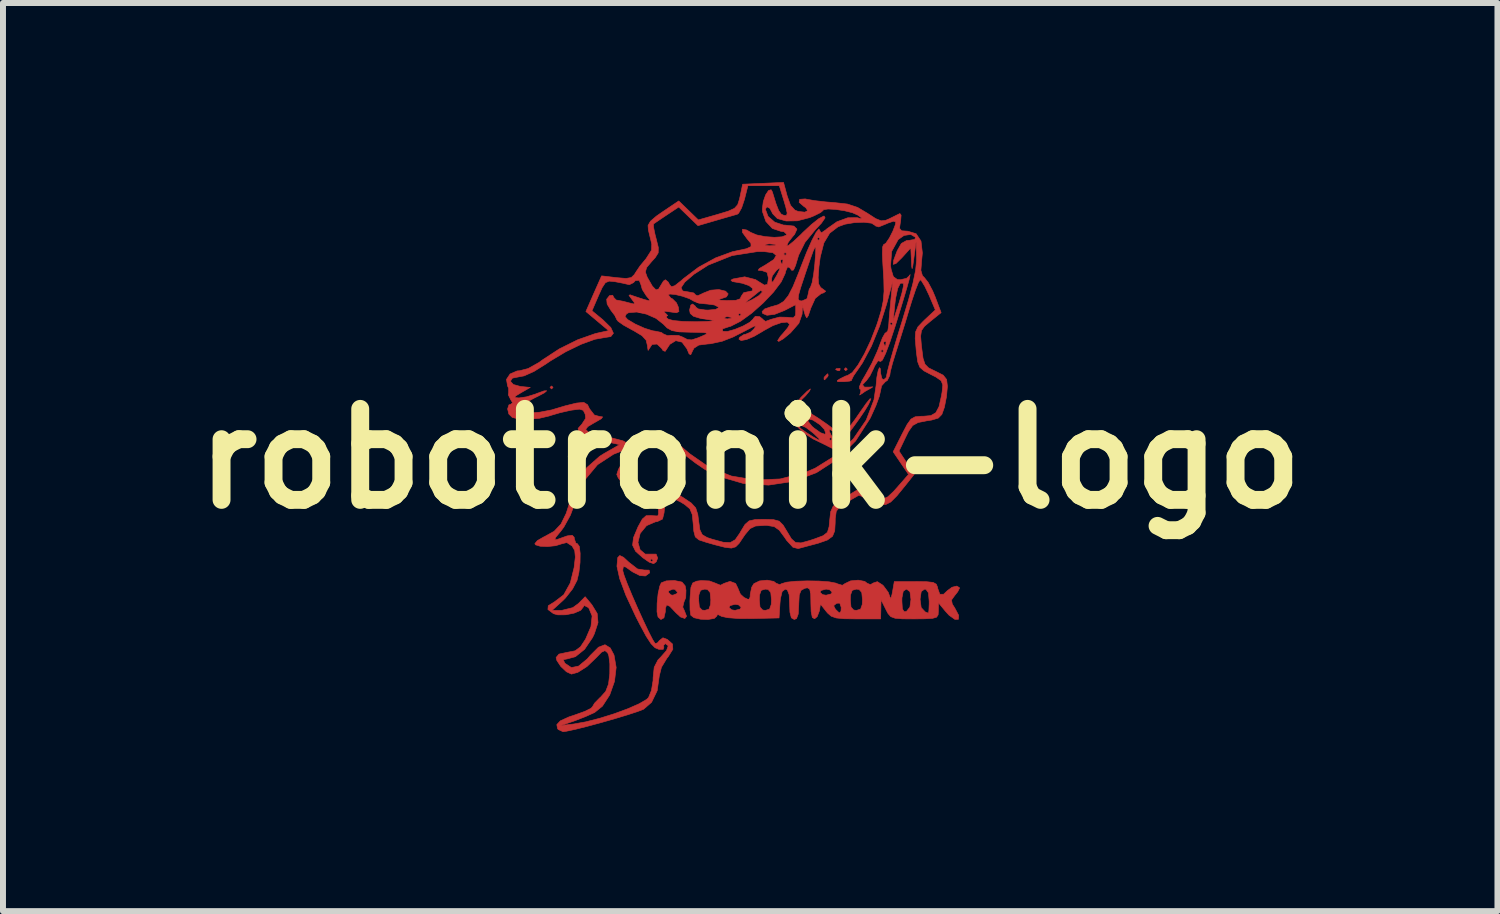
<source format=kicad_pcb>
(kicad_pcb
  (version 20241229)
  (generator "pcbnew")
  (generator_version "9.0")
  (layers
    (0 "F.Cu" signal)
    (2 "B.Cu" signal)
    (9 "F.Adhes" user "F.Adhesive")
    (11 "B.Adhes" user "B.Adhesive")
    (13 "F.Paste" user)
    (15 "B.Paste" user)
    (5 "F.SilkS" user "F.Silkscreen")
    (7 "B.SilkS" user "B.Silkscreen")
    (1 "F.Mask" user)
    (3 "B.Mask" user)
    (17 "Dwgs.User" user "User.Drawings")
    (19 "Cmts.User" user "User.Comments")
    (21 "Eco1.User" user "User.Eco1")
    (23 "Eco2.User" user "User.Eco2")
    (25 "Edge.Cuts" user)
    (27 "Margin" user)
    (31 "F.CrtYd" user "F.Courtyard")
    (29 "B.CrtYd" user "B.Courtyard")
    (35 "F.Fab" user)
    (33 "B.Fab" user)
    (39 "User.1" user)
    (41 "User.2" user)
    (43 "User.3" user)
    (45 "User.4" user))
  (footprint "robotronik-logo"
    (layer "F.Cu")
    (at 9.514 4.632)
    (property "Reference" "robotronik-logo" (at 0 0 0) (layer "F.SilkS") (effects (font (size 1.524 1.524) (thickness 0.3))))
    (attr through_hole)
    (fp_poly (pts (xy -3.302 -1.194) (xy -3.327 -1.168) (xy -3.353 -1.194) (xy -3.327 -1.219) (xy -3.302 -1.194)) (stroke (width 0.01) (type solid)) (fill yes) (layer "F.Cu"))
    (fp_poly (pts (xy 1.626 -1.499) (xy 1.6 -1.473) (xy 1.575 -1.499) (xy 1.6 -1.524) (xy 1.626 -1.499)) (stroke (width 0.01) (type solid)) (fill yes) (layer "F.Cu"))
    (fp_poly (pts (xy 1.507 -1.507) (xy 1.5 -1.477) (xy 1.473 -1.473) (xy 1.431 -1.492) (xy 1.439 -1.507) (xy 1.5 -1.513) (xy 1.507 -1.507)) (stroke (width 0.01) (type solid)) (fill yes) (layer "F.Cu"))
    (fp_poly (pts (xy 1.305 -1.39) (xy 1.295 -1.372) (xy 1.248 -1.323) (xy 1.239 -1.321) (xy 1.235 -1.354) (xy 1.245 -1.372) (xy 1.292 -1.42) (xy 1.301 -1.422) (xy 1.305 -1.39)) (stroke (width 0.01) (type solid)) (fill yes) (layer "F.Cu"))
    (fp_poly (pts (xy 0.995 -1.137) (xy 0.93 -1.058) (xy 0.914 -1.041) (xy 0.827 -0.956) (xy 0.773 -0.915) (xy 0.77 -0.914) (xy 0.783 -0.946) (xy 0.848 -1.025) (xy 0.864 -1.041) (xy 0.951 -1.127) (xy 1.005 -1.168) (xy 1.008 -1.168) (xy 0.995 -1.137)) (stroke (width 0.01) (type solid)) (fill yes) (layer "F.Cu"))
    (fp_poly (pts (xy -1.264 2.041) (xy -1.143 2.066) (xy -1.09 2.128) (xy -1.076 2.203) (xy -1.08 2.326) (xy -1.11 2.4) (xy -1.13 2.485) (xy -1.103 2.544) (xy -1.066 2.639) (xy -1.095 2.676) (xy -1.168 2.65) (xy -1.246 2.578) (xy -1.346 2.472) (xy -1.4 2.448) (xy -1.42 2.505) (xy -1.422 2.565) (xy -1.445 2.665) (xy -1.496 2.693) (xy -1.544 2.65) (xy -1.561 2.563) (xy -1.559 2.421) (xy -1.543 2.263) (xy -1.537 2.235) (xy -1.372 2.235) (xy -1.33 2.28) (xy -1.295 2.286) (xy -1.228 2.259) (xy -1.219 2.235) (xy -1.26 2.19) (xy -1.295 2.184) (xy -1.363 2.212) (xy -1.372 2.235) (xy -1.537 2.235) (xy -1.515 2.134) (xy -1.489 2.078) (xy -1.405 2.046) (xy -1.274 2.04) (xy -1.264 2.041)) (stroke (width 0.01) (type solid)) (fill yes) (layer "F.Cu"))
    (fp_poly (pts (xy 1.989 -0.926) (xy 1.977 -0.902) (xy 1.919 -0.806) (xy 1.826 -0.669) (xy 1.715 -0.515) (xy 1.602 -0.366) (xy 1.505 -0.242) (xy 1.439 -0.168) (xy 1.422 -0.157) (xy 1.361 -0.179) (xy 1.321 -0.199) (xy 1.228 -0.246) (xy 1.091 -0.313) (xy 1.05 -0.333) (xy 0.896 -0.433) (xy 0.786 -0.539) (xy 0.813 -0.539) (xy 0.813 -0.538) (xy 0.851 -0.501) (xy 0.942 -0.437) (xy 1.049 -0.368) (xy 1.138 -0.318) (xy 1.168 -0.307) (xy 1.155 -0.33) (xy 1.321 -0.33) (xy 1.346 -0.305) (xy 1.372 -0.33) (xy 1.346 -0.356) (xy 1.321 -0.33) (xy 1.155 -0.33) (xy 1.152 -0.337) (xy 1.078 -0.409) (xy 1.051 -0.433) (xy 0.933 -0.523) (xy 0.846 -0.561) (xy 0.813 -0.539) (xy 0.786 -0.539) (xy 0.765 -0.559) (xy 0.748 -0.581) (xy 0.689 -0.673) (xy 0.692 -0.691) (xy 0.727 -0.666) (xy 0.79 -0.622) (xy 0.79 -0.627) (xy 0.967 -0.627) (xy 1.033 -0.544) (xy 1.069 -0.513) (xy 1.178 -0.435) (xy 1.25 -0.41) (xy 1.265 -0.42) (xy 1.244 -0.488) (xy 1.17 -0.568) (xy 1.05 -0.647) (xy 0.978 -0.664) (xy 0.967 -0.627) (xy 0.79 -0.627) (xy 0.793 -0.652) (xy 0.781 -0.684) (xy 0.77 -0.745) (xy 0.824 -0.748) (xy 0.868 -0.735) (xy 0.952 -0.714) (xy 0.951 -0.741) (xy 0.914 -0.79) (xy 0.915 -0.808) (xy 0.985 -0.775) (xy 1.11 -0.698) (xy 1.156 -0.668) (xy 1.308 -0.562) (xy 1.42 -0.476) (xy 1.472 -0.427) (xy 1.473 -0.424) (xy 1.442 -0.426) (xy 1.397 -0.457) (xy 1.334 -0.489) (xy 1.321 -0.466) (xy 1.358 -0.391) (xy 1.369 -0.382) (xy 1.396 -0.316) (xy 1.388 -0.265) (xy 1.395 -0.241) (xy 1.448 -0.284) (xy 1.535 -0.378) (xy 1.643 -0.508) (xy 1.756 -0.658) (xy 1.837 -0.775) (xy 1.941 -0.924) (xy 2.004 -1.002) (xy 2.022 -1.004) (xy 1.989 -0.926)) (stroke (width 0.01) (type solid)) (fill yes) (layer "F.Cu"))
    (fp_poly (pts (xy 0.394 2.055) (xy 0.433 2.085) (xy 0.494 2.109) (xy 0.525 2.093) (xy 0.609 2.068) (xy 0.762 2.052) (xy 0.953 2.046) (xy 1.15 2.049) (xy 1.323 2.062) (xy 1.438 2.084) (xy 1.463 2.096) (xy 1.544 2.12) (xy 1.587 2.091) (xy 1.681 2.046) (xy 1.808 2.034) (xy 1.918 2.055) (xy 1.957 2.085) (xy 2.014 2.109) (xy 2.059 2.082) (xy 2.129 2.059) (xy 2.215 2.114) (xy 2.232 2.13) (xy 2.311 2.237) (xy 2.343 2.324) (xy 2.355 2.34) (xy 2.375 2.271) (xy 2.382 2.235) (xy 2.413 2.057) (xy 2.769 2.057) (xy 2.956 2.06) (xy 3.064 2.072) (xy 3.117 2.102) (xy 3.138 2.155) (xy 3.14 2.172) (xy 3.175 2.27) (xy 3.239 2.27) (xy 3.302 2.21) (xy 3.379 2.153) (xy 3.46 2.133) (xy 3.504 2.16) (xy 3.505 2.168) (xy 3.475 2.228) (xy 3.424 2.292) (xy 3.371 2.366) (xy 3.384 2.435) (xy 3.424 2.497) (xy 3.491 2.623) (xy 3.487 2.689) (xy 3.428 2.691) (xy 3.331 2.622) (xy 3.268 2.553) (xy 3.153 2.413) (xy 3.151 2.547) (xy 3.147 2.614) (xy 3.121 2.654) (xy 3.053 2.674) (xy 2.921 2.681) (xy 2.75 2.683) (xy 2.55 2.682) (xy 2.427 2.672) (xy 2.354 2.645) (xy 2.308 2.593) (xy 2.271 2.523) (xy 2.203 2.386) (xy 2.54 2.386) (xy 2.548 2.515) (xy 2.578 2.563) (xy 2.616 2.558) (xy 2.674 2.486) (xy 2.692 2.358) (xy 2.845 2.358) (xy 2.863 2.493) (xy 2.931 2.566) (xy 2.985 2.587) (xy 2.992 2.544) (xy 2.997 2.433) (xy 2.997 2.388) (xy 2.985 2.246) (xy 2.943 2.188) (xy 2.921 2.184) (xy 2.864 2.224) (xy 2.845 2.349) (xy 2.845 2.358) (xy 2.692 2.358) (xy 2.692 2.357) (xy 2.675 2.227) (xy 2.619 2.184) (xy 2.616 2.184) (xy 2.563 2.218) (xy 2.541 2.33) (xy 2.54 2.386) (xy 2.203 2.386) (xy 2.191 2.362) (xy 2.188 2.522) (xy 2.184 2.683) (xy 1.778 2.683) (xy 1.571 2.68) (xy 1.439 2.667) (xy 1.357 2.638) (xy 1.297 2.586) (xy 1.274 2.559) (xy 1.198 2.462) (xy 1.397 2.462) (xy 1.427 2.521) (xy 1.493 2.584) (xy 1.52 2.556) (xy 1.524 2.491) (xy 1.5 2.418) (xy 1.447 2.421) (xy 1.397 2.462) (xy 1.198 2.462) (xy 1.176 2.434) (xy 1.159 2.547) (xy 1.121 2.645) (xy 1.079 2.68) (xy 1.04 2.66) (xy 1.02 2.559) (xy 1.016 2.422) (xy 1.015 2.362) (xy 1.676 2.362) (xy 1.688 2.485) (xy 1.732 2.534) (xy 1.778 2.54) (xy 1.848 2.52) (xy 1.876 2.442) (xy 1.88 2.362) (xy 1.868 2.24) (xy 1.824 2.19) (xy 1.778 2.184) (xy 1.708 2.204) (xy 1.68 2.282) (xy 1.676 2.362) (xy 1.015 2.362) (xy 1.013 2.263) (xy 1.007 2.235) (xy 1.168 2.235) (xy 1.211 2.276) (xy 1.27 2.286) (xy 1.353 2.265) (xy 1.372 2.235) (xy 1.329 2.194) (xy 1.27 2.184) (xy 1.187 2.206) (xy 1.168 2.235) (xy 1.007 2.235) (xy 0.996 2.184) (xy 0.958 2.162) (xy 0.914 2.17) (xy 0.852 2.204) (xy 0.821 2.282) (xy 0.813 2.432) (xy 0.813 2.444) (xy 0.804 2.602) (xy 0.775 2.678) (xy 0.737 2.692) (xy 0.689 2.665) (xy 0.665 2.571) (xy 0.66 2.438) (xy 0.652 2.277) (xy 0.622 2.199) (xy 0.587 2.184) (xy 0.535 2.223) (xy 0.505 2.347) (xy 0.498 2.426) (xy 0.483 2.667) (xy 0.028 2.677) (xy -0.199 2.676) (xy -0.376 2.663) (xy -0.481 2.64) (xy -0.493 2.633) (xy -0.549 2.605) (xy -0.559 2.635) (xy -0.602 2.675) (xy -0.705 2.692) (xy -0.831 2.688) (xy -0.941 2.663) (xy -0.995 2.622) (xy -1.008 2.533) (xy -1.01 2.385) (xy -1.009 2.362) (xy -0.864 2.362) (xy -0.852 2.485) (xy -0.808 2.534) (xy -0.762 2.54) (xy -0.692 2.52) (xy -0.681 2.489) (xy -0.356 2.489) (xy -0.313 2.53) (xy -0.254 2.54) (xy -0.171 2.519) (xy -0.152 2.489) (xy -0.195 2.448) (xy -0.254 2.438) (xy -0.337 2.46) (xy -0.356 2.489) (xy -0.681 2.489) (xy -0.664 2.442) (xy -0.66 2.362) (xy 0.152 2.362) (xy 0.164 2.485) (xy 0.208 2.534) (xy 0.254 2.54) (xy 0.324 2.52) (xy 0.352 2.442) (xy 0.356 2.362) (xy 0.344 2.24) (xy 0.3 2.19) (xy 0.254 2.184) (xy 0.184 2.204) (xy 0.156 2.282) (xy 0.152 2.362) (xy -0.66 2.362) (xy -0.672 2.24) (xy -0.716 2.19) (xy -0.762 2.184) (xy -0.832 2.204) (xy -0.86 2.282) (xy -0.864 2.362) (xy -1.009 2.362) (xy -1.006 2.305) (xy -0.993 2.156) (xy -0.963 2.081) (xy -0.898 2.051) (xy -0.822 2.041) (xy -0.684 2.047) (xy -0.583 2.084) (xy -0.581 2.086) (xy -0.497 2.119) (xy -0.438 2.088) (xy -0.338 2.054) (xy -0.245 2.089) (xy -0.203 2.175) (xy -0.203 2.178) (xy -0.164 2.269) (xy -0.102 2.325) (xy -0.026 2.361) (xy -0.002 2.319) (xy 0 2.271) (xy 0.025 2.152) (xy 0.061 2.093) (xy 0.156 2.047) (xy 0.283 2.034) (xy 0.394 2.055)) (stroke (width 0.01) (type solid)) (fill yes) (layer "F.Cu"))
    (fp_poly (pts (xy 0.619 -4.4) (xy 0.675 -4.243) (xy 0.748 -4.163) (xy 0.803 -4.141) (xy 0.915 -4.129) (xy 0.963 -4.155) (xy 0.929 -4.205) (xy 0.901 -4.223) (xy 0.819 -4.294) (xy 0.828 -4.344) (xy 0.921 -4.351) (xy 0.953 -4.344) (xy 1.079 -4.322) (xy 1.262 -4.301) (xy 1.411 -4.289) (xy 1.628 -4.265) (xy 1.797 -4.209) (xy 1.962 -4.111) (xy 2.101 -4.021) (xy 2.192 -3.984) (xy 2.268 -3.992) (xy 2.329 -4.018) (xy 2.441 -4.074) (xy 2.507 -4.106) (xy 2.527 -4.078) (xy 2.519 -3.983) (xy 2.516 -3.968) (xy 2.5 -3.859) (xy 2.535 -3.817) (xy 2.639 -3.81) (xy 2.778 -3.768) (xy 2.86 -3.645) (xy 2.883 -3.446) (xy 2.87 -3.31) (xy 2.858 -3.155) (xy 2.884 -3.065) (xy 2.918 -3.031) (xy 2.98 -2.952) (xy 3.054 -2.813) (xy 3.098 -2.709) (xy 3.197 -2.446) (xy 3.017 -2.301) (xy 2.918 -2.217) (xy 2.868 -2.146) (xy 2.854 -2.052) (xy 2.866 -1.9) (xy 2.872 -1.853) (xy 2.894 -1.682) (xy 2.927 -1.582) (xy 2.987 -1.521) (xy 3.093 -1.469) (xy 3.104 -1.464) (xy 3.232 -1.399) (xy 3.289 -1.327) (xy 3.302 -1.214) (xy 3.302 -1.21) (xy 3.287 -1.04) (xy 3.252 -0.862) (xy 3.25 -0.856) (xy 3.209 -0.741) (xy 3.149 -0.68) (xy 3.037 -0.647) (xy 2.958 -0.635) (xy 2.811 -0.606) (xy 2.721 -0.556) (xy 2.651 -0.457) (xy 2.605 -0.364) (xy 2.492 -0.128) (xy 2.62 0.066) (xy 2.748 0.259) (xy 2.599 0.447) (xy 2.457 0.621) (xy 2.353 0.725) (xy 2.267 0.769) (xy 2.176 0.762) (xy 2.057 0.717) (xy 2.04 0.709) (xy 1.821 0.611) (xy 1.622 0.725) (xy 1.499 0.803) (xy 1.441 0.881) (xy 1.424 1) (xy 1.423 1.073) (xy 1.415 1.209) (xy 1.378 1.299) (xy 1.292 1.362) (xy 1.137 1.416) (xy 1.016 1.448) (xy 0.882 1.484) (xy 0.803 1.505) (xy 0.716 1.483) (xy 0.61 1.368) (xy 0.58 1.323) (xy 0.487 1.197) (xy 0.402 1.137) (xy 0.286 1.118) (xy 0.229 1.118) (xy 0.09 1.127) (xy -0.002 1.17) (xy -0.087 1.271) (xy -0.121 1.321) (xy -0.187 1.419) (xy -0.244 1.476) (xy -0.315 1.497) (xy -0.424 1.484) (xy -0.593 1.441) (xy -0.737 1.4) (xy -0.858 1.36) (xy -0.92 1.309) (xy -0.945 1.213) (xy -0.955 1.09) (xy -0.971 0.934) (xy -1.011 0.839) (xy -1.1 0.765) (xy -1.171 0.722) (xy -1.308 0.656) (xy -1.388 0.66) (xy -1.428 0.744) (xy -1.443 0.907) (xy -1.469 1.011) (xy -1.556 1.053) (xy -1.587 1.057) (xy -1.736 1.121) (xy -1.843 1.251) (xy -1.88 1.402) (xy -1.844 1.525) (xy -1.758 1.598) (xy -1.663 1.598) (xy -1.576 1.598) (xy -1.55 1.663) (xy -1.574 1.726) (xy -1.617 1.758) (xy -1.691 1.733) (xy -1.736 1.702) (xy -1.676 1.702) (xy -1.651 1.727) (xy -1.626 1.702) (xy -1.651 1.676) (xy -1.676 1.702) (xy -1.736 1.702) (xy -1.799 1.658) (xy -1.92 1.55) (xy -1.97 1.448) (xy -1.955 1.322) (xy -1.879 1.141) (xy -1.807 1.011) (xy -1.743 0.955) (xy -1.661 0.951) (xy -1.643 0.954) (xy -1.549 0.959) (xy -1.533 0.918) (xy -1.536 0.909) (xy -1.536 0.806) (xy -1.517 0.752) (xy -1.497 0.697) (xy -1.535 0.691) (xy -1.629 0.72) (xy -1.721 0.745) (xy -1.796 0.734) (xy -1.883 0.675) (xy -2.011 0.555) (xy -2.011 0.555) (xy -2.129 0.428) (xy -2.211 0.32) (xy -2.235 0.264) (xy -2.207 0.178) (xy -2.139 0.059) (xy -2.128 0.043) (xy -2.057 -0.078) (xy -2.063 -0.135) (xy -2.148 -0.13) (xy -2.287 -0.076) (xy -2.557 0.1) (xy -2.769 0.354) (xy -2.914 0.675) (xy -2.926 0.716) (xy -3.011 0.945) (xy -3.121 1.145) (xy -3.171 1.212) (xy -3.257 1.316) (xy -3.274 1.359) (xy -3.228 1.351) (xy -3.226 1.35) (xy -3.067 1.293) (xy -2.981 1.282) (xy -2.948 1.316) (xy -2.946 1.34) (xy -2.921 1.412) (xy -2.896 1.422) (xy -2.863 1.467) (xy -2.848 1.583) (xy -2.85 1.738) (xy -2.869 1.904) (xy -2.9 2.037) (xy -2.974 2.179) (xy -3.091 2.328) (xy -3.137 2.375) (xy -3.319 2.54) (xy -3.156 2.54) (xy -2.971 2.494) (xy -2.878 2.426) (xy -2.764 2.311) (xy -2.652 2.446) (xy -2.563 2.592) (xy -2.549 2.745) (xy -2.61 2.931) (xy -2.641 2.996) (xy -2.774 3.192) (xy -2.928 3.316) (xy -3.066 3.353) (xy -3.131 3.365) (xy -3.108 3.418) (xy -3.099 3.429) (xy -2.995 3.498) (xy -2.874 3.473) (xy -2.729 3.353) (xy -2.678 3.294) (xy -2.541 3.157) (xy -2.432 3.115) (xy -2.344 3.169) (xy -2.281 3.288) (xy -2.245 3.496) (xy -2.273 3.729) (xy -2.353 3.956) (xy -2.475 4.144) (xy -2.606 4.25) (xy -2.759 4.319) (xy -2.936 4.388) (xy -2.968 4.399) (xy -3.175 4.469) (xy -2.957 4.443) (xy -2.755 4.407) (xy -2.52 4.347) (xy -2.277 4.271) (xy -2.049 4.187) (xy -1.86 4.104) (xy -1.735 4.031) (xy -1.703 4) (xy -1.654 3.88) (xy -1.627 3.715) (xy -1.626 3.665) (xy -1.608 3.493) (xy -1.546 3.372) (xy -1.499 3.323) (xy -1.402 3.213) (xy -1.373 3.133) (xy -1.418 3.099) (xy -1.425 3.099) (xy -1.454 3.13) (xy -1.445 3.154) (xy -1.456 3.192) (xy -1.531 3.192) (xy -1.594 3.166) (xy -1.661 3.098) (xy -1.743 2.972) (xy -1.849 2.775) (xy -1.917 2.642) (xy -2.082 2.288) (xy -2.186 2.009) (xy -2.232 1.801) (xy -2.219 1.658) (xy -2.218 1.655) (xy -2.185 1.621) (xy -2.121 1.652) (xy -2.033 1.734) (xy -1.887 1.847) (xy -1.776 1.864) (xy -1.693 1.866) (xy -1.683 1.911) (xy -1.754 1.963) (xy -1.756 1.964) (xy -1.848 1.957) (xy -1.967 1.897) (xy -1.985 1.885) (xy -2.083 1.815) (xy -2.124 1.806) (xy -2.133 1.854) (xy -2.134 1.878) (xy -2.113 1.952) (xy -2.059 2.095) (xy -1.981 2.283) (xy -1.889 2.494) (xy -1.794 2.703) (xy -1.706 2.889) (xy -1.635 3.028) (xy -1.592 3.097) (xy -1.551 3.083) (xy -1.523 3.047) (xy -1.462 2.999) (xy -1.389 3.026) (xy -1.302 3.103) (xy -1.296 3.191) (xy -1.372 3.313) (xy -1.395 3.341) (xy -1.487 3.493) (xy -1.524 3.643) (xy -1.524 3.645) (xy -1.558 3.885) (xy -1.652 4.079) (xy -1.785 4.195) (xy -1.885 4.234) (xy -2.054 4.289) (xy -2.268 4.354) (xy -2.503 4.421) (xy -2.732 4.483) (xy -2.932 4.533) (xy -3.078 4.564) (xy -3.134 4.572) (xy -3.215 4.535) (xy -3.226 4.521) (xy -3.239 4.453) (xy -3.18 4.39) (xy -3.038 4.325) (xy -2.919 4.285) (xy -2.769 4.231) (xy -2.668 4.181) (xy -2.642 4.154) (xy -2.607 4.094) (xy -2.521 4.006) (xy -2.507 3.994) (xy -2.42 3.897) (xy -2.373 3.774) (xy -2.352 3.603) (xy -2.351 3.434) (xy -2.368 3.3) (xy -2.387 3.251) (xy -2.432 3.214) (xy -2.489 3.239) (xy -2.58 3.333) (xy -2.735 3.481) (xy -2.888 3.578) (xy -2.994 3.607) (xy -3.078 3.568) (xy -3.172 3.479) (xy -3.239 3.378) (xy -3.251 3.33) (xy -3.203 3.272) (xy -3.062 3.242) (xy -3.062 3.242) (xy -2.932 3.217) (xy -2.843 3.151) (xy -2.758 3.023) (xy -2.667 2.811) (xy -2.648 2.633) (xy -2.701 2.505) (xy -2.718 2.489) (xy -2.781 2.457) (xy -2.794 2.481) (xy -2.839 2.539) (xy -2.949 2.586) (xy -3.089 2.614) (xy -3.223 2.615) (xy -3.295 2.595) (xy -3.388 2.525) (xy -3.382 2.462) (xy -3.279 2.398) (xy -3.123 2.279) (xy -3.013 2.08) (xy -2.949 1.822) (xy -2.929 1.647) (xy -2.939 1.538) (xy -2.983 1.462) (xy -3.072 1.404) (xy -3.153 1.424) (xy -3.259 1.457) (xy -3.393 1.471) (xy -3.517 1.466) (xy -3.596 1.442) (xy -3.607 1.423) (xy -3.565 1.372) (xy -3.461 1.312) (xy -3.442 1.303) (xy -3.283 1.215) (xy -3.169 1.094) (xy -3.081 0.914) (xy -3.025 0.737) (xy -2.902 0.404) (xy -2.738 0.151) (xy -2.521 -0.041) (xy -2.439 -0.092) (xy -2.186 -0.236) (xy -2.521 -0.306) (xy -2.742 -0.366) (xy -2.863 -0.433) (xy -2.883 -0.507) (xy -2.82 -0.578) (xy -2.756 -0.676) (xy -2.764 -0.746) (xy -2.796 -0.81) (xy -2.86 -0.83) (xy -2.985 -0.814) (xy -3.011 -0.81) (xy -3.186 -0.77) (xy -3.343 -0.724) (xy -3.369 -0.715) (xy -3.534 -0.676) (xy -3.732 -0.661) (xy -3.911 -0.673) (xy -3.984 -0.691) (xy -4.043 -0.749) (xy -4.063 -0.834) (xy -4.041 -0.901) (xy -4.007 -0.914) (xy -3.979 -0.937) (xy -4.011 -0.988) (xy -4.051 -1.07) (xy -4.046 -1.105) (xy -4.046 -1.18) (xy -4.064 -1.219) (xy -4.077 -1.297) (xy -4.016 -1.297) (xy -3.968 -1.243) (xy -3.848 -1.21) (xy -3.683 -1.194) (xy -3.835 -1.107) (xy -3.931 -1.049) (xy -3.942 -1.024) (xy -3.876 -1.018) (xy -3.872 -1.018) (xy -3.747 -1.036) (xy -3.595 -1.083) (xy -3.58 -1.09) (xy -3.452 -1.136) (xy -3.408 -1.138) (xy -3.446 -1.104) (xy -3.563 -1.042) (xy -3.599 -1.025) (xy -3.746 -0.948) (xy -3.864 -0.866) (xy -3.882 -0.85) (xy -3.927 -0.798) (xy -3.914 -0.772) (xy -3.827 -0.763) (xy -3.725 -0.763) (xy -3.525 -0.779) (xy -3.326 -0.817) (xy -3.277 -0.832) (xy -3.1 -0.885) (xy -2.93 -0.927) (xy -2.907 -0.932) (xy -2.787 -0.943) (xy -2.724 -0.904) (xy -2.692 -0.837) (xy -2.61 -0.731) (xy -2.529 -0.709) (xy -2.472 -0.7) (xy -2.493 -0.67) (xy -2.597 -0.61) (xy -2.612 -0.602) (xy -2.718 -0.539) (xy -2.756 -0.492) (xy -2.718 -0.452) (xy -2.597 -0.411) (xy -2.385 -0.363) (xy -2.347 -0.356) (xy -2.13 -0.299) (xy -2.006 -0.23) (xy -1.97 -0.138) (xy -2.013 -0.011) (xy -2.065 0.072) (xy -2.194 0.263) (xy -2.077 0.398) (xy -1.938 0.555) (xy -1.841 0.643) (xy -1.761 0.674) (xy -1.675 0.657) (xy -1.568 0.606) (xy -1.366 0.503) (xy -1.127 0.649) (xy -0.988 0.742) (xy -0.913 0.824) (xy -0.878 0.933) (xy -0.864 1.041) (xy -0.843 1.191) (xy -0.803 1.273) (xy -0.72 1.321) (xy -0.635 1.349) (xy -0.451 1.399) (xy -0.333 1.404) (xy -0.251 1.357) (xy -0.175 1.248) (xy -0.159 1.219) (xy -0.087 1.101) (xy -0.018 1.041) (xy 0.083 1.019) (xy 0.229 1.016) (xy 0.389 1.02) (xy 0.485 1.046) (xy 0.551 1.112) (xy 0.616 1.219) (xy 0.69 1.342) (xy 0.759 1.403) (xy 0.851 1.41) (xy 0.997 1.37) (xy 1.081 1.342) (xy 1.222 1.289) (xy 1.293 1.233) (xy 1.321 1.139) (xy 1.331 1.029) (xy 1.347 0.889) (xy 1.388 0.797) (xy 1.479 0.717) (xy 1.585 0.649) (xy 1.823 0.503) (xy 2.025 0.606) (xy 2.139 0.659) (xy 2.224 0.674) (xy 2.304 0.639) (xy 2.403 0.546) (xy 2.534 0.398) (xy 2.651 0.263) (xy 2.522 0.073) (xy 2.394 -0.116) (xy 2.544 -0.414) (xy 2.628 -0.574) (xy 2.692 -0.663) (xy 2.762 -0.702) (xy 2.861 -0.711) (xy 2.898 -0.711) (xy 3.025 -0.722) (xy 3.108 -0.77) (xy 3.162 -0.872) (xy 3.202 -1.051) (xy 3.214 -1.122) (xy 3.225 -1.236) (xy 3.197 -1.307) (xy 3.111 -1.367) (xy 3.026 -1.41) (xy 2.908 -1.472) (xy 2.84 -1.532) (xy 2.805 -1.622) (xy 2.784 -1.773) (xy 2.778 -1.837) (xy 2.763 -2.014) (xy 2.77 -2.125) (xy 2.808 -2.207) (xy 2.889 -2.293) (xy 2.923 -2.326) (xy 3.1 -2.492) (xy 2.992 -2.745) (xy 2.925 -2.885) (xy 2.87 -2.976) (xy 2.847 -2.997) (xy 2.817 -2.952) (xy 2.769 -2.83) (xy 2.709 -2.652) (xy 2.67 -2.527) (xy 2.596 -2.28) (xy 2.518 -2.031) (xy 2.452 -1.821) (xy 2.434 -1.765) (xy 2.382 -1.596) (xy 2.346 -1.458) (xy 2.337 -1.395) (xy 2.296 -1.311) (xy 2.261 -1.288) (xy 2.2 -1.22) (xy 2.184 -1.144) (xy 2.162 -1.045) (xy 2.104 -0.887) (xy 2.021 -0.703) (xy 2.006 -0.673) (xy 1.765 -0.298) (xy 1.462 0.006) (xy 1.109 0.234) (xy 0.72 0.38) (xy 0.307 0.442) (xy -0.117 0.414) (xy -0.539 0.291) (xy -0.632 0.25) (xy -0.766 0.175) (xy -0.917 0.072) (xy -1.067 -0.043) (xy -1.195 -0.152) (xy -1.279 -0.241) (xy -1.301 -0.291) (xy -1.3 -0.292) (xy -1.252 -0.274) (xy -1.152 -0.201) (xy -1.021 -0.09) (xy -1.017 -0.086) (xy -0.69 0.142) (xy -0.316 0.29) (xy 0.087 0.357) (xy 0.501 0.339) (xy 0.907 0.236) (xy 1.087 0.159) (xy 1.439 -0.06) (xy 1.727 -0.333) (xy 1.942 -0.646) (xy 2.072 -0.985) (xy 2.107 -1.22) (xy 2.121 -1.365) (xy 2.142 -1.472) (xy 2.163 -1.525) (xy 2.179 -1.509) (xy 2.184 -1.431) (xy 2.204 -1.344) (xy 2.235 -1.321) (xy 2.28 -1.362) (xy 2.286 -1.4) (xy 2.301 -1.473) (xy 2.341 -1.625) (xy 2.402 -1.838) (xy 2.479 -2.094) (xy 2.54 -2.291) (xy 2.65 -2.655) (xy 2.725 -2.939) (xy 2.77 -3.157) (xy 2.786 -3.323) (xy 2.786 -3.367) (xy 2.778 -3.632) (xy 2.743 -3.378) (xy 2.723 -3.232) (xy 2.711 -3.182) (xy 2.704 -3.222) (xy 2.699 -3.327) (xy 2.689 -3.531) (xy 2.539 -3.365) (xy 2.44 -3.268) (xy 2.395 -3.255) (xy 2.403 -3.326) (xy 2.461 -3.481) (xy 2.531 -3.605) (xy 2.619 -3.654) (xy 2.667 -3.658) (xy 2.755 -3.673) (xy 2.769 -3.708) (xy 2.688 -3.756) (xy 2.576 -3.739) (xy 2.478 -3.67) (xy 2.369 -3.472) (xy 2.35 -3.233) (xy 2.36 -3.171) (xy 2.397 -3.049) (xy 2.462 -3.002) (xy 2.513 -2.997) (xy 2.618 -3.021) (xy 2.662 -3.061) (xy 2.679 -3.084) (xy 2.666 -3.016) (xy 2.623 -2.862) (xy 2.553 -2.627) (xy 2.458 -2.317) (xy 2.427 -2.218) (xy 2.34 -1.955) (xy 2.268 -1.764) (xy 2.214 -1.652) (xy 2.183 -1.628) (xy 2.182 -1.63) (xy 2.14 -1.64) (xy 2.084 -1.553) (xy 2.067 -1.514) (xy 2.004 -1.387) (xy 1.945 -1.306) (xy 1.936 -1.299) (xy 1.88 -1.238) (xy 1.913 -1.199) (xy 1.994 -1.199) (xy 2.053 -1.204) (xy 2.032 -1.188) (xy 1.923 -1.127) (xy 1.883 -1.098) (xy 1.833 -1.067) (xy 1.847 -1.105) (xy 1.854 -1.16) (xy 1.833 -1.168) (xy 1.828 -1.206) (xy 1.872 -1.305) (xy 1.93 -1.404) (xy 2.037 -1.597) (xy 2.13 -1.803) (xy 2.184 -1.803) (xy 2.21 -1.778) (xy 2.235 -1.803) (xy 2.21 -1.829) (xy 2.184 -1.803) (xy 2.13 -1.803) (xy 2.132 -1.807) (xy 2.162 -1.887) (xy 2.178 -1.93) (xy 2.235 -1.93) (xy 2.254 -1.889) (xy 2.269 -1.897) (xy 2.275 -1.957) (xy 2.269 -1.964) (xy 2.239 -1.957) (xy 2.235 -1.93) (xy 2.178 -1.93) (xy 2.214 -2.023) (xy 2.259 -2.103) (xy 2.278 -2.113) (xy 2.304 -2.141) (xy 2.318 -2.227) (xy 2.321 -2.261) (xy 2.337 -2.261) (xy 2.362 -2.235) (xy 2.388 -2.261) (xy 2.362 -2.286) (xy 2.337 -2.261) (xy 2.321 -2.261) (xy 2.324 -2.311) (xy 2.394 -2.311) (xy 2.493 -2.612) (xy 2.54 -2.772) (xy 2.566 -2.891) (xy 2.565 -2.938) (xy 2.515 -2.94) (xy 2.47 -2.851) (xy 2.434 -2.683) (xy 2.423 -2.591) (xy 2.394 -2.311) (xy 2.324 -2.311) (xy 2.327 -2.352) (xy 2.343 -2.532) (xy 2.356 -2.667) (xy 2.387 -2.972) (xy 2.286 -2.596) (xy 2.169 -2.226) (xy 2.03 -1.886) (xy 1.88 -1.605) (xy 1.804 -1.494) (xy 1.731 -1.389) (xy 1.698 -1.322) (xy 1.7 -1.314) (xy 1.669 -1.3) (xy 1.57 -1.29) (xy 1.564 -1.29) (xy 1.465 -1.29) (xy 1.457 -1.308) (xy 1.505 -1.339) (xy 1.596 -1.384) (xy 1.634 -1.396) (xy 1.709 -1.443) (xy 1.805 -1.569) (xy 1.912 -1.755) (xy 2.019 -1.981) (xy 2.116 -2.231) (xy 2.14 -2.303) (xy 2.195 -2.484) (xy 2.227 -2.639) (xy 2.241 -2.801) (xy 2.237 -3) (xy 2.221 -3.263) (xy 2.213 -3.431) (xy 2.217 -3.545) (xy 2.232 -3.584) (xy 2.232 -3.583) (xy 2.272 -3.61) (xy 2.331 -3.697) (xy 2.389 -3.811) (xy 2.43 -3.918) (xy 2.438 -3.965) (xy 2.4 -3.978) (xy 2.304 -3.945) (xy 2.276 -3.932) (xy 2.152 -3.882) (xy 2.096 -3.899) (xy 2.094 -3.905) (xy 2.033 -3.944) (xy 1.906 -3.96) (xy 1.746 -3.954) (xy 1.586 -3.927) (xy 1.472 -3.885) (xy 1.331 -3.777) (xy 1.233 -3.613) (xy 1.172 -3.375) (xy 1.151 -3.215) (xy 1.138 -3.035) (xy 1.145 -2.929) (xy 1.178 -2.869) (xy 1.207 -2.848) (xy 1.264 -2.805) (xy 1.23 -2.778) (xy 1.188 -2.765) (xy 1.089 -2.686) (xy 1.015 -2.523) (xy 0.973 -2.397) (xy 0.947 -2.359) (xy 0.924 -2.397) (xy 0.911 -2.438) (xy 0.874 -2.565) (xy 0.869 -2.423) (xy 0.815 -2.268) (xy 0.675 -2.108) (xy 0.554 -2.008) (xy 0.478 -1.964) (xy 0.459 -1.978) (xy 0.506 -2.05) (xy 0.55 -2.099) (xy 0.627 -2.191) (xy 0.66 -2.25) (xy 0.66 -2.251) (xy 0.621 -2.288) (xy 0.519 -2.278) (xy 0.38 -2.229) (xy 0.228 -2.146) (xy 0.208 -2.133) (xy 0.066 -2.05) (xy -0.061 -1.996) (xy -0.153 -1.979) (xy -0.189 -2.002) (xy -0.178 -2.032) (xy -0.104 -2.08) (xy -0.079 -2.083) (xy 0.005 -2.119) (xy 0.057 -2.167) (xy 0.099 -2.225) (xy 0.066 -2.219) (xy 0.025 -2.199) (xy -0.082 -2.143) (xy -0.231 -2.067) (xy -0.287 -2.038) (xy -0.47 -1.967) (xy -0.665 -1.925) (xy -0.71 -1.922) (xy -0.861 -1.903) (xy -0.941 -1.852) (xy -0.965 -1.808) (xy -0.996 -1.741) (xy -1.024 -1.756) (xy -1.06 -1.841) (xy -1.142 -1.952) (xy -1.247 -1.977) (xy -1.347 -1.915) (xy -1.376 -1.871) (xy -1.424 -1.798) (xy -1.46 -1.811) (xy -1.482 -1.846) (xy -1.56 -1.92) (xy -1.644 -1.914) (xy -1.692 -1.841) (xy -1.71 -1.813) (xy -1.721 -1.88) (xy -1.721 -1.891) (xy -1.743 -1.984) (xy -1.812 -2.06) (xy -1.952 -2.144) (xy -1.981 -2.159) (xy -2.12 -2.236) (xy -2.212 -2.301) (xy -2.235 -2.33) (xy -2.259 -2.382) (xy -2.097 -2.382) (xy -2.054 -2.331) (xy -1.931 -2.258) (xy -1.922 -2.253) (xy -1.768 -2.184) (xy -1.633 -2.142) (xy -1.59 -2.136) (xy -1.489 -2.115) (xy -1.451 -2.088) (xy -1.385 -2.061) (xy -1.325 -2.067) (xy -1.201 -2.064) (xy -1.134 -2.038) (xy -1.05 -1.995) (xy -0.98 -1.99) (xy -0.878 -2.023) (xy -0.818 -2.048) (xy -0.74 -2.083) (xy -0.724 -2.103) (xy -0.781 -2.113) (xy -0.924 -2.117) (xy -1 -2.118) (xy -1.19 -2.124) (xy -1.274 -2.139) (xy -0.464 -2.139) (xy -0.456 -2.133) (xy -0.38 -2.131) (xy -0.256 -2.166) (xy -0.12 -2.222) (xy -0.007 -2.285) (xy 0.05 -2.34) (xy 0.051 -2.347) (xy 0.086 -2.385) (xy 0.158 -2.379) (xy 0.212 -2.335) (xy 0.214 -2.33) (xy 0.256 -2.299) (xy 0.351 -2.335) (xy 0.352 -2.335) (xy 0.49 -2.372) (xy 0.616 -2.369) (xy 0.72 -2.359) (xy 0.758 -2.4) (xy 0.762 -2.46) (xy 0.762 -2.58) (xy 0.572 -2.482) (xy 0.41 -2.418) (xy 0.281 -2.402) (xy 0.208 -2.433) (xy 0.199 -2.464) (xy 0.242 -2.508) (xy 0.349 -2.545) (xy 0.359 -2.547) (xy 0.472 -2.58) (xy 0.561 -2.635) (xy 0.59 -2.671) (xy 0.803 -2.671) (xy 0.826 -2.646) (xy 0.867 -2.642) (xy 0.95 -2.679) (xy 0.965 -2.733) (xy 0.988 -2.838) (xy 1.01 -2.873) (xy 1.036 -2.945) (xy 1.062 -3.088) (xy 1.083 -3.271) (xy 1.083 -3.277) (xy 1.095 -3.436) (xy 1.098 -3.526) (xy 1.086 -3.543) (xy 1.055 -3.48) (xy 1.002 -3.333) (xy 0.921 -3.095) (xy 0.91 -3.061) (xy 0.843 -2.86) (xy 0.808 -2.736) (xy 0.803 -2.671) (xy 0.59 -2.671) (xy 0.638 -2.73) (xy 0.717 -2.883) (xy 0.809 -3.109) (xy 0.844 -3.2) (xy 0.944 -3.455) (xy 1.032 -3.654) (xy 1.047 -3.683) (xy 1.118 -3.683) (xy 1.143 -3.658) (xy 1.168 -3.683) (xy 1.143 -3.708) (xy 1.118 -3.683) (xy 1.047 -3.683) (xy 1.102 -3.788) (xy 1.149 -3.846) (xy 1.168 -3.819) (xy 1.168 -3.812) (xy 1.191 -3.782) (xy 1.264 -3.832) (xy 1.283 -3.849) (xy 1.452 -3.968) (xy 1.634 -4.035) (xy 1.793 -4.037) (xy 1.797 -4.035) (xy 1.872 -4.016) (xy 1.862 -4.035) (xy 1.803 -4.079) (xy 1.713 -4.119) (xy 1.578 -4.153) (xy 1.43 -4.175) (xy 1.303 -4.182) (xy 1.227 -4.17) (xy 1.219 -4.157) (xy 1.176 -4.121) (xy 1.067 -4.067) (xy 0.993 -4.037) (xy 0.789 -3.984) (xy 0.601 -3.981) (xy 0.455 -4.022) (xy 0.374 -4.105) (xy 0.369 -4.118) (xy 0.329 -4.193) (xy 0.28 -4.219) (xy 0.254 -4.18) (xy 0.254 -4.177) (xy 0.299 -4.058) (xy 0.411 -3.961) (xy 0.557 -3.913) (xy 0.584 -3.912) (xy 0.731 -3.896) (xy 0.783 -3.845) (xy 0.743 -3.757) (xy 0.709 -3.718) (xy 0.637 -3.625) (xy 0.61 -3.563) (xy 0.642 -3.572) (xy 0.727 -3.641) (xy 0.85 -3.756) (xy 0.882 -3.789) (xy 1.024 -3.921) (xy 1.147 -4.019) (xy 1.229 -4.063) (xy 1.237 -4.064) (xy 1.254 -4.034) (xy 1.193 -3.945) (xy 1.094 -3.84) (xy 0.917 -3.623) (xy 0.81 -3.407) (xy 0.807 -3.396) (xy 0.759 -3.236) (xy 0.725 -3.16) (xy 0.696 -3.154) (xy 0.663 -3.196) (xy 0.627 -3.215) (xy 0.594 -3.141) (xy 0.585 -3.101) (xy 0.519 -2.961) (xy 0.389 -2.789) (xy 0.217 -2.608) (xy 0.026 -2.438) (xy -0.162 -2.302) (xy -0.325 -2.219) (xy -0.36 -2.209) (xy -0.462 -2.175) (xy -0.464 -2.139) (xy -1.274 -2.139) (xy -1.31 -2.145) (xy -1.392 -2.19) (xy -1.454 -2.253) (xy -1.577 -2.35) (xy -1.738 -2.421) (xy -1.889 -2.454) (xy -1.442 -2.454) (xy -1.422 -2.439) (xy -1.382 -2.398) (xy -1.397 -2.388) (xy -1.406 -2.365) (xy -1.372 -2.337) (xy -1.287 -2.314) (xy -1.131 -2.299) (xy -0.934 -2.294) (xy -0.889 -2.294) (xy -0.723 -2.299) (xy -0.627 -2.307) (xy -0.613 -2.316) (xy -0.635 -2.32) (xy -0.824 -2.349) (xy -0.435 -2.349) (xy -0.385 -2.341) (xy -0.319 -2.35) (xy -0.319 -2.367) (xy -0.387 -2.38) (xy -0.416 -2.372) (xy -0.435 -2.349) (xy -0.824 -2.349) (xy -0.834 -2.35) (xy -0.95 -2.385) (xy -0.982 -2.413) (xy -0.203 -2.413) (xy -0.178 -2.388) (xy -0.152 -2.413) (xy -0.178 -2.438) (xy -0.203 -2.413) (xy -0.982 -2.413) (xy -1.005 -2.433) (xy -1.016 -2.49) (xy -0.995 -2.572) (xy -0.965 -2.591) (xy -0.916 -2.552) (xy -0.914 -2.54) (xy -0.869 -2.508) (xy -0.756 -2.491) (xy -0.708 -2.489) (xy -0.579 -2.5) (xy -0.53 -2.529) (xy -0.533 -2.54) (xy -0.601 -2.575) (xy -0.723 -2.591) (xy -0.729 -2.591) (xy -0.858 -2.604) (xy -0.898 -2.619) (xy -0.078 -2.619) (xy -0.056 -2.622) (xy 0.038 -2.666) (xy 0.147 -2.732) (xy 0.202 -2.79) (xy 0.203 -2.797) (xy 0.176 -2.819) (xy 0.14 -2.794) (xy 0.049 -2.72) (xy -0.025 -2.663) (xy -0.078 -2.619) (xy -0.898 -2.619) (xy -0.941 -2.636) (xy -0.942 -2.637) (xy -1.018 -2.68) (xy -1.135 -2.721) (xy -1.256 -2.75) (xy -1.346 -2.758) (xy -1.372 -2.745) (xy -1.332 -2.692) (xy -1.302 -2.677) (xy -1.235 -2.61) (xy -1.204 -2.539) (xy -1.194 -2.464) (xy -1.237 -2.444) (xy -1.337 -2.458) (xy -1.435 -2.471) (xy -1.442 -2.454) (xy -1.889 -2.454) (xy -1.903 -2.456) (xy -2.035 -2.446) (xy -2.072 -2.426) (xy -2.097 -2.382) (xy -2.259 -2.382) (xy -2.265 -2.395) (xy -2.334 -2.486) (xy -2.396 -2.589) (xy -2.404 -2.671) (xy -2.356 -2.732) (xy -2.303 -2.738) (xy -2.286 -2.701) (xy -2.245 -2.658) (xy -2.223 -2.654) (xy -2.127 -2.636) (xy -2.032 -2.611) (xy -1.945 -2.59) (xy -1.942 -2.616) (xy -1.981 -2.668) (xy -2.03 -2.735) (xy -2.012 -2.745) (xy -1.981 -2.734) (xy -1.874 -2.698) (xy -1.778 -2.667) (xy -1.691 -2.644) (xy -1.689 -2.668) (xy -1.74 -2.728) (xy -1.808 -2.835) (xy -1.829 -2.912) (xy -1.859 -2.988) (xy -1.924 -2.983) (xy -1.954 -2.949) (xy -2.023 -2.915) (xy -2.046 -2.919) (xy -2.138 -2.94) (xy -2.268 -2.965) (xy -2.362 -2.974) (xy -2.425 -2.948) (xy -2.48 -2.865) (xy -2.539 -2.735) (xy -2.65 -2.477) (xy -2.468 -2.327) (xy -2.335 -2.197) (xy -2.291 -2.101) (xy -2.335 -2.045) (xy -2.426 -2.031) (xy -2.602 -2) (xy -2.832 -1.916) (xy -3.088 -1.792) (xy -3.344 -1.639) (xy -3.425 -1.584) (xy -3.622 -1.461) (xy -3.787 -1.387) (xy -3.869 -1.372) (xy -3.984 -1.349) (xy -4.016 -1.297) (xy -4.077 -1.297) (xy -4.083 -1.327) (xy -4.022 -1.419) (xy -3.904 -1.47) (xy -3.863 -1.473) (xy -3.719 -1.51) (xy -3.537 -1.612) (xy -3.474 -1.658) (xy -3.197 -1.839) (xy -2.889 -1.992) (xy -2.596 -2.095) (xy -2.545 -2.107) (xy -2.371 -2.145) (xy -2.752 -2.465) (xy -2.621 -2.764) (xy -2.489 -3.062) (xy -2.235 -3.032) (xy -2.08 -3.019) (xy -1.992 -3.034) (xy -1.94 -3.084) (xy -1.924 -3.111) (xy -1.914 -3.126) (xy -1.756 -3.126) (xy -1.725 -3.04) (xy -1.639 -2.89) (xy -1.578 -2.827) (xy -1.532 -2.843) (xy -1.52 -2.864) (xy -1.158 -2.864) (xy -1.132 -2.809) (xy -1.041 -2.794) (xy -0.946 -2.776) (xy -0.914 -2.742) (xy -0.879 -2.729) (xy -0.793 -2.769) (xy -0.791 -2.771) (xy -0.663 -2.822) (xy -0.525 -2.833) (xy -0.413 -2.806) (xy -0.369 -2.76) (xy -0.398 -2.71) (xy -0.492 -2.678) (xy -0.542 -2.665) (xy -0.493 -2.654) (xy -0.394 -2.649) (xy -0.24 -2.653) (xy -0.167 -2.679) (xy -0.152 -2.718) (xy -0.11 -2.78) (xy -0.047 -2.794) (xy 0.037 -2.811) (xy 0.041 -2.852) (xy -0.02 -2.899) (xy -0.132 -2.938) (xy -0.182 -2.947) (xy -0.299 -2.967) (xy -0.323 -2.99) (xy -0.288 -3.01) (xy -0.092 -3.046) (xy 0.088 -3) (xy 0.13 -2.973) (xy 0.237 -2.907) (xy 0.29 -2.921) (xy 0.303 -3.008) (xy 0.356 -3.008) (xy 0.362 -2.954) (xy 0.387 -2.971) (xy 0.443 -3.068) (xy 0.459 -3.099) (xy 0.499 -3.184) (xy 0.487 -3.192) (xy 0.44 -3.156) (xy 0.371 -3.065) (xy 0.356 -3.008) (xy 0.303 -3.008) (xy 0.305 -3.018) (xy 0.305 -3.023) (xy 0.283 -3.12) (xy 0.201 -3.149) (xy 0.191 -3.15) (xy 0.133 -3.157) (xy 0.152 -3.185) (xy 0.255 -3.245) (xy 0.343 -3.302) (xy 0.508 -3.302) (xy 0.527 -3.26) (xy 0.542 -3.268) (xy 0.548 -3.328) (xy 0.542 -3.336) (xy 0.512 -3.329) (xy 0.508 -3.302) (xy 0.343 -3.302) (xy 0.395 -3.336) (xy 0.436 -3.405) (xy 0.406 -3.429) (xy 0.559 -3.429) (xy 0.584 -3.404) (xy 0.61 -3.429) (xy 0.584 -3.454) (xy 0.559 -3.429) (xy 0.406 -3.429) (xy 0.38 -3.45) (xy 0.229 -3.469) (xy 0.117 -3.468) (xy -0.304 -3.402) (xy -0.702 -3.243) (xy -0.941 -3.09) (xy -1.095 -2.958) (xy -1.158 -2.864) (xy -1.52 -2.864) (xy -1.505 -2.89) (xy -1.454 -2.974) (xy -1.42 -2.997) (xy -1.372 -2.957) (xy -1.351 -2.916) (xy -1.32 -2.879) (xy -1.262 -2.898) (xy -1.158 -2.98) (xy -1.119 -3.015) (xy -0.866 -3.206) (xy -0.58 -3.363) (xy -0.3 -3.466) (xy -0.226 -3.482) (xy -0.062 -3.517) (xy 0.014 -3.553) (xy 0.013 -3.575) (xy 0.247 -3.575) (xy 0.314 -3.566) (xy 0.33 -3.566) (xy 0.417 -3.571) (xy 0.425 -3.587) (xy 0.42 -3.589) (xy 0.319 -3.599) (xy 0.268 -3.591) (xy 0.247 -3.575) (xy 0.013 -3.575) (xy 0.012 -3.606) (xy -0.056 -3.688) (xy -0.131 -3.791) (xy -0.129 -3.843) (xy -0.059 -3.83) (xy 0.008 -3.79) (xy 0.11 -3.747) (xy 0.253 -3.719) (xy 0.404 -3.708) (xy 0.532 -3.716) (xy 0.604 -3.744) (xy 0.61 -3.759) (xy 0.567 -3.8) (xy 0.508 -3.81) (xy 0.371 -3.856) (xy 0.262 -3.974) (xy 0.206 -4.135) (xy 0.203 -4.181) (xy 0.219 -4.307) (xy 0.258 -4.418) (xy 0.306 -4.491) (xy 0.35 -4.505) (xy 0.37 -4.47) (xy 0.431 -4.273) (xy 0.477 -4.155) (xy 0.52 -4.095) (xy 0.565 -4.075) (xy 0.608 -4.075) (xy 0.619 -4.114) (xy 0.596 -4.214) (xy 0.566 -4.316) (xy 0.487 -4.572) (xy -0.039 -4.572) (xy -0.097 -4.341) (xy -0.144 -4.201) (xy -0.195 -4.11) (xy -0.217 -4.094) (xy -0.297 -4.071) (xy -0.44 -4.03) (xy -0.577 -3.99) (xy -0.875 -3.903) (xy -1.036 -4.059) (xy -1.197 -4.215) (xy -1.399 -4.081) (xy -1.521 -3.999) (xy -1.603 -3.943) (xy -1.62 -3.931) (xy -1.619 -3.877) (xy -1.595 -3.759) (xy -1.575 -3.682) (xy -1.539 -3.537) (xy -1.541 -3.447) (xy -1.591 -3.367) (xy -1.648 -3.305) (xy -1.735 -3.202) (xy -1.756 -3.126) (xy -1.914 -3.126) (xy -1.847 -3.226) (xy -1.745 -3.349) (xy -1.744 -3.35) (xy -1.653 -3.493) (xy -1.649 -3.594) (xy -1.684 -3.74) (xy -1.706 -3.831) (xy -1.711 -3.907) (xy -1.671 -3.977) (xy -1.571 -4.063) (xy -1.467 -4.135) (xy -1.197 -4.317) (xy -1.033 -4.158) (xy -0.869 -3.999) (xy -0.541 -4.093) (xy -0.366 -4.146) (xy -0.264 -4.193) (xy -0.21 -4.253) (xy -0.18 -4.347) (xy -0.17 -4.392) (xy -0.127 -4.597) (xy 0.216 -4.612) (xy 0.558 -4.627) (xy 0.619 -4.4)) (stroke (width 0.01) (type solid)) (fill yes) (layer "F.Cu")))
  (gr_rect
    (start -3 -3)
    (end 22.028 12.209)
    (stroke (width 0.1) (type default))
    (fill no)
    (layer "Edge.Cuts")))
</source>
